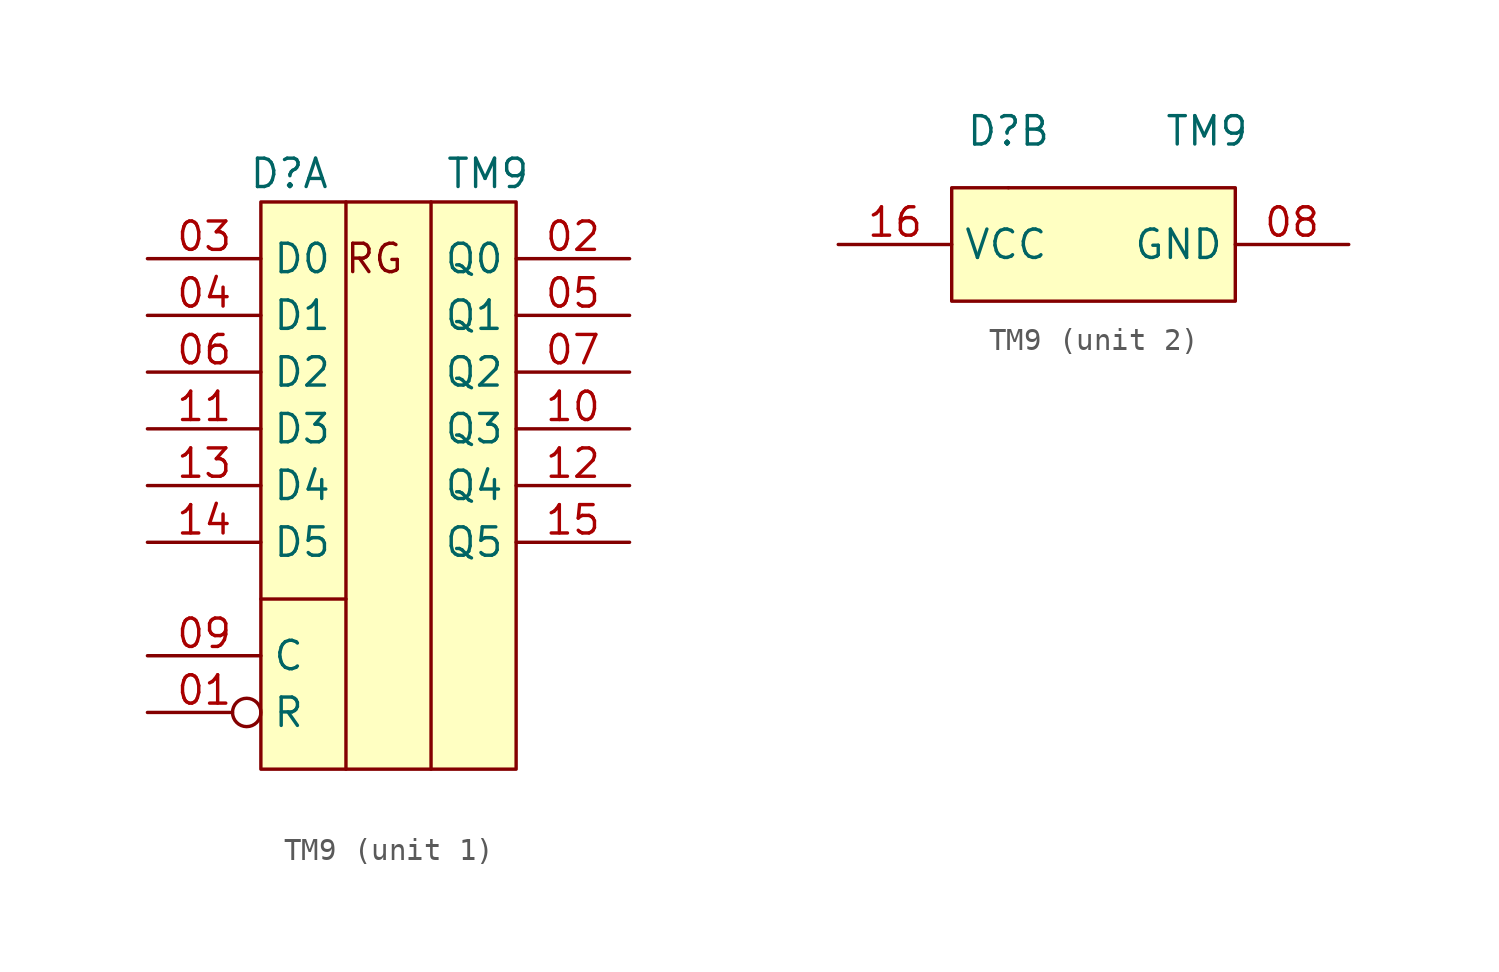
<source format=kicad_sym>
(kicad_symbol_lib
  (version 20231120)
  (generator "kicad_symbol_editor")
  (generator_version "8.0")
  (symbol "ТМ9"
    (property "Reference" "D"
      (at -3.81 -3.81 0)
      (effects (font (size 1.27 1.27))))
    (property "Value" "ТМ9"
      (at 5.08 -3.81 0)
      (effects (font (size 1.27 1.27))))
    (property "ki_locked" ""
      (at 0 0 0)
      (effects (font (size 1.27 1.27))))
    (symbol "ТМ9_1_1"
      (rectangle (start -5.08 -5.08) (end 6.35 -30.48) (stroke (width 0) (type default)) (fill (type background)))
      (polyline (pts (xy -1.27 -22.86) (xy -5.08 -22.86)) (stroke (width 0) (type default)) (fill (type none)))
      (polyline (pts (xy -1.27 -5.08) (xy -1.27 -30.48)) (stroke (width 0) (type default)) (fill (type none)))
      (polyline (pts (xy 2.54 -5.08) (xy 2.54 -30.48)) (stroke (width 0) (type default)) (fill (type none)))
      (text "RG" (at 0 -7.62 0) (effects (font (size 1.27 1.27))))
      (pin input inverted (at -10.16 -27.94 0) (length 5.08) (name "R" (effects (font (size 1.27 1.27)))) (number "01" (effects (font (size 1.27 1.27)))))
      (pin output line (at 11.43 -7.62 180) (length 5.08) (name "Q0" (effects (font (size 1.27 1.27)))) (number "02" (effects (font (size 1.27 1.27)))))
      (pin input line (at -10.16 -7.62 0) (length 5.08) (name "D0" (effects (font (size 1.27 1.27)))) (number "03" (effects (font (size 1.27 1.27)))))
      (pin input line (at -10.16 -10.16 0) (length 5.08) (name "D1" (effects (font (size 1.27 1.27)))) (number "04" (effects (font (size 1.27 1.27)))))
      (pin output line (at 11.43 -10.16 180) (length 5.08) (name "Q1" (effects (font (size 1.27 1.27)))) (number "05" (effects (font (size 1.27 1.27)))))
      (pin input line (at -10.16 -12.7 0) (length 5.08) (name "D2" (effects (font (size 1.27 1.27)))) (number "06" (effects (font (size 1.27 1.27)))))
      (pin output line (at 11.43 -12.7 180) (length 5.08) (name "Q2" (effects (font (size 1.27 1.27)))) (number "07" (effects (font (size 1.27 1.27)))))
      (pin input line (at -10.16 -25.4 0) (length 5.08) (name "C" (effects (font (size 1.27 1.27)))) (number "09" (effects (font (size 1.27 1.27)))))
      (pin output line (at 11.43 -15.24 180) (length 5.08) (name "Q3" (effects (font (size 1.27 1.27)))) (number "10" (effects (font (size 1.27 1.27)))))
      (pin input line (at -10.16 -15.24 0) (length 5.08) (name "D3" (effects (font (size 1.27 1.27)))) (number "11" (effects (font (size 1.27 1.27)))))
      (pin output line (at 11.43 -17.78 180) (length 5.08) (name "Q4" (effects (font (size 1.27 1.27)))) (number "12" (effects (font (size 1.27 1.27)))))
      (pin input line (at -10.16 -17.78 0) (length 5.08) (name "D4" (effects (font (size 1.27 1.27)))) (number "13" (effects (font (size 1.27 1.27)))))
      (pin input line (at -10.16 -20.32 0) (length 5.08) (name "D5" (effects (font (size 1.27 1.27)))) (number "14" (effects (font (size 1.27 1.27)))))
      (pin output line (at 11.43 -20.32 180) (length 5.08) (name "Q5" (effects (font (size 1.27 1.27)))) (number "15" (effects (font (size 1.27 1.27))))))
    (symbol "ТМ9_2_1"
      (rectangle (start -6.35 -6.35) (end 6.35 -11.43) (stroke (width 0) (type default)) (fill (type background)))
      (rectangle (start -3.81 -6.35) (end -3.81 -6.35) (stroke (width 0) (type default)) (fill (type none)))
      (pin power_in line (at 11.43 -8.89 180) (length 5.08) (name "GND" (effects (font (size 1.27 1.27)))) (number "08" (effects (font (size 1.27 1.27)))))
      (pin power_in line (at -11.43 -8.89 0) (length 5.08) (name "VCC" (effects (font (size 1.27 1.27)))) (number "16" (effects (font (size 1.27 1.27))))))))
</source>
